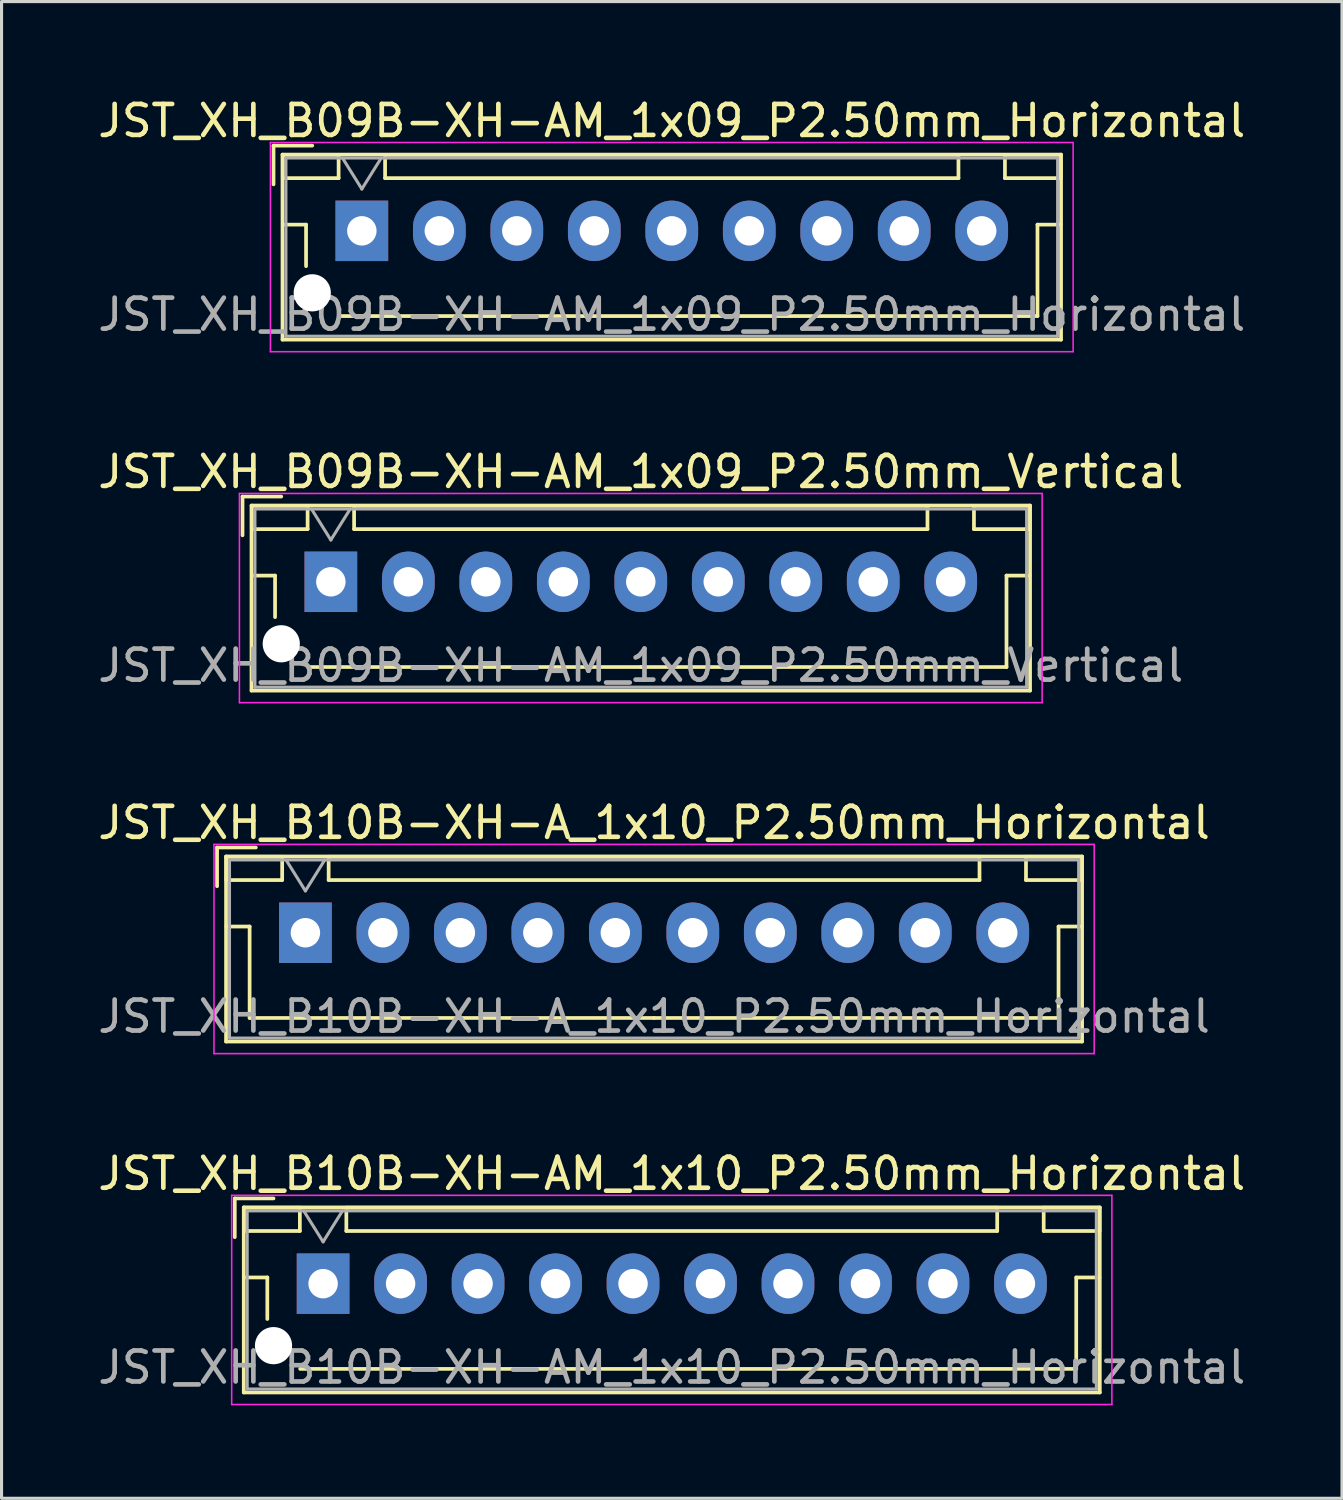
<source format=kicad_pcb>
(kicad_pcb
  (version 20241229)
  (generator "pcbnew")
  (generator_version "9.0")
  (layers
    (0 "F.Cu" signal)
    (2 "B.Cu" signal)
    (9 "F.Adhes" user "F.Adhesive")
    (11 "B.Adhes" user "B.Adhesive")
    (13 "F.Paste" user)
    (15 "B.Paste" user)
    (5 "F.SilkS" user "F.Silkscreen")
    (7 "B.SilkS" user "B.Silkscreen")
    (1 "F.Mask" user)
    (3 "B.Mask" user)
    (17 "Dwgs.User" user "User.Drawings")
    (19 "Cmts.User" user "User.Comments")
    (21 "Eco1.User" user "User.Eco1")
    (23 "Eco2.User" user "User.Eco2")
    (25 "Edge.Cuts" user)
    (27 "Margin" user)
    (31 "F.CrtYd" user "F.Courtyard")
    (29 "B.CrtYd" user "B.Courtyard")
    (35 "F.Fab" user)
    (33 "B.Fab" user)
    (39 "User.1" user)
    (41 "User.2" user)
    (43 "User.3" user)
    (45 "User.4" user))
  (footprint "JST_XH_B09B-XH-AM_1x09_P2.50mm_Vertical"
    (layer "F.Cu")
    (at 7.625 15.722)
    (property "Reference" "JST_XH_B09B-XH-AM_1x09_P2.50mm_Vertical" (at 10 -3.55 0) (layer "F.SilkS") (effects (font (size 1 1) (thickness 0.15))))
    (attr through_hole)
    (fp_line (start -2.85 -2.75) (end -2.85 -1.5) (stroke (width 0.12) (type solid)) (layer "F.SilkS"))
    (fp_line (start -2.56 -2.46) (end -2.56 3.51) (stroke (width 0.12) (type solid)) (layer "F.SilkS"))
    (fp_line (start -2.56 3.51) (end 22.56 3.51) (stroke (width 0.12) (type solid)) (layer "F.SilkS"))
    (fp_line (start -2.55 -2.45) (end -2.55 -1.7) (stroke (width 0.12) (type solid)) (layer "F.SilkS"))
    (fp_line (start -2.55 -1.7) (end -0.75 -1.7) (stroke (width 0.12) (type solid)) (layer "F.SilkS"))
    (fp_line (start -2.55 -0.2) (end -1.8 -0.2) (stroke (width 0.12) (type solid)) (layer "F.SilkS"))
    (fp_line (start -1.8 -0.2) (end -1.8 1.14) (stroke (width 0.12) (type solid)) (layer "F.SilkS"))
    (fp_line (start -1.6 -2.75) (end -2.85 -2.75) (stroke (width 0.12) (type solid)) (layer "F.SilkS"))
    (fp_line (start -0.75 -2.45) (end -2.55 -2.45) (stroke (width 0.12) (type solid)) (layer "F.SilkS"))
    (fp_line (start -0.75 -1.7) (end -0.75 -2.45) (stroke (width 0.12) (type solid)) (layer "F.SilkS"))
    (fp_line (start 0.75 -2.45) (end 0.75 -1.7) (stroke (width 0.12) (type solid)) (layer "F.SilkS"))
    (fp_line (start 0.75 -1.7) (end 19.25 -1.7) (stroke (width 0.12) (type solid)) (layer "F.SilkS"))
    (fp_line (start 10 2.75) (end -0.74 2.75) (stroke (width 0.12) (type solid)) (layer "F.SilkS"))
    (fp_line (start 19.25 -2.45) (end 0.75 -2.45) (stroke (width 0.12) (type solid)) (layer "F.SilkS"))
    (fp_line (start 19.25 -1.7) (end 19.25 -2.45) (stroke (width 0.12) (type solid)) (layer "F.SilkS"))
    (fp_line (start 20.75 -2.45) (end 20.75 -1.7) (stroke (width 0.12) (type solid)) (layer "F.SilkS"))
    (fp_line (start 20.75 -1.7) (end 22.55 -1.7) (stroke (width 0.12) (type solid)) (layer "F.SilkS"))
    (fp_line (start 21.8 -0.2) (end 21.8 2.75) (stroke (width 0.12) (type solid)) (layer "F.SilkS"))
    (fp_line (start 21.8 2.75) (end 10 2.75) (stroke (width 0.12) (type solid)) (layer "F.SilkS"))
    (fp_line (start 22.55 -2.45) (end 20.75 -2.45) (stroke (width 0.12) (type solid)) (layer "F.SilkS"))
    (fp_line (start 22.55 -1.7) (end 22.55 -2.45) (stroke (width 0.12) (type solid)) (layer "F.SilkS"))
    (fp_line (start 22.55 -0.2) (end 21.8 -0.2) (stroke (width 0.12) (type solid)) (layer "F.SilkS"))
    (fp_line (start 22.56 -2.46) (end -2.56 -2.46) (stroke (width 0.12) (type solid)) (layer "F.SilkS"))
    (fp_line (start 22.56 3.51) (end 22.56 -2.46) (stroke (width 0.12) (type solid)) (layer "F.SilkS"))
    (fp_line (start -2.95 -2.85) (end -2.95 3.9) (stroke (width 0.05) (type solid)) (layer "F.CrtYd"))
    (fp_line (start -2.95 3.9) (end 22.95 3.9) (stroke (width 0.05) (type solid)) (layer "F.CrtYd"))
    (fp_line (start 22.95 -2.85) (end -2.95 -2.85) (stroke (width 0.05) (type solid)) (layer "F.CrtYd"))
    (fp_line (start 22.95 3.9) (end 22.95 -2.85) (stroke (width 0.05) (type solid)) (layer "F.CrtYd"))
    (fp_line (start -2.45 -2.35) (end -2.45 3.4) (stroke (width 0.1) (type solid)) (layer "F.Fab"))
    (fp_line (start -2.45 3.4) (end 22.45 3.4) (stroke (width 0.1) (type solid)) (layer "F.Fab"))
    (fp_line (start -0.625 -2.35) (end 0 -1.35) (stroke (width 0.1) (type solid)) (layer "F.Fab"))
    (fp_line (start 0 -1.35) (end 0.625 -2.35) (stroke (width 0.1) (type solid)) (layer "F.Fab"))
    (fp_line (start 22.45 -2.35) (end -2.45 -2.35) (stroke (width 0.1) (type solid)) (layer "F.Fab"))
    (fp_line (start 22.45 3.4) (end 22.45 -2.35) (stroke (width 0.1) (type solid)) (layer "F.Fab"))
    (fp_text user "${REFERENCE}" (at 10 2.7 0) (layer "F.Fab") (effects (font (size 1 1) (thickness 0.15))))
    (pad "" np_thru_hole circle (at -1.6 2) (size 1.2 1.2) (drill 1.2) (layers "*.Cu" "*.Mask"))
    (pad "1" thru_hole rect (at 0 0) (size 1.7 1.95) (drill 0.95) (layers "*.Cu" "*.Mask"))
    (pad "2" thru_hole oval (at 2.5 0) (size 1.7 1.95) (drill 0.95) (layers "*.Cu" "*.Mask"))
    (pad "3" thru_hole oval (at 5 0) (size 1.7 1.95) (drill 0.95) (layers "*.Cu" "*.Mask"))
    (pad "4" thru_hole oval (at 7.5 0) (size 1.7 1.95) (drill 0.95) (layers "*.Cu" "*.Mask"))
    (pad "5" thru_hole oval (at 10 0) (size 1.7 1.95) (drill 0.95) (layers "*.Cu" "*.Mask"))
    (pad "6" thru_hole oval (at 12.5 0) (size 1.7 1.95) (drill 0.95) (layers "*.Cu" "*.Mask"))
    (pad "7" thru_hole oval (at 15 0) (size 1.7 1.95) (drill 0.95) (layers "*.Cu" "*.Mask"))
    (pad "8" thru_hole oval (at 17.5 0) (size 1.7 1.95) (drill 0.95) (layers "*.Cu" "*.Mask"))
    (pad "9" thru_hole oval (at 20 0) (size 1.7 1.95) (drill 0.95) (layers "*.Cu" "*.Mask")))
  (footprint "JST_XH_B10B-XH-AM_1x10_P2.50mm_Horizontal"
    (layer "F.Cu")
    (at 7.375 38.368)
    (property "Reference" "JST_XH_B10B-XH-AM_1x10_P2.50mm_Horizontal" (at 11.25 -3.55 0) (layer "F.SilkS") (effects (font (size 1 1) (thickness 0.15))))
    (attr through_hole)
    (fp_line (start -2.85 -2.75) (end -2.85 -1.5) (stroke (width 0.12) (type solid)) (layer "F.SilkS"))
    (fp_line (start -2.56 -2.46) (end -2.56 3.51) (stroke (width 0.12) (type solid)) (layer "F.SilkS"))
    (fp_line (start -2.56 3.51) (end 25.06 3.51) (stroke (width 0.12) (type solid)) (layer "F.SilkS"))
    (fp_line (start -2.55 -2.45) (end -2.55 -1.7) (stroke (width 0.12) (type solid)) (layer "F.SilkS"))
    (fp_line (start -2.55 -1.7) (end -0.75 -1.7) (stroke (width 0.12) (type solid)) (layer "F.SilkS"))
    (fp_line (start -2.55 -0.2) (end -1.8 -0.2) (stroke (width 0.12) (type solid)) (layer "F.SilkS"))
    (fp_line (start -1.8 -0.2) (end -1.8 1.14) (stroke (width 0.12) (type solid)) (layer "F.SilkS"))
    (fp_line (start -1.6 -2.75) (end -2.85 -2.75) (stroke (width 0.12) (type solid)) (layer "F.SilkS"))
    (fp_line (start -0.75 -2.45) (end -2.55 -2.45) (stroke (width 0.12) (type solid)) (layer "F.SilkS"))
    (fp_line (start -0.75 -1.7) (end -0.75 -2.45) (stroke (width 0.12) (type solid)) (layer "F.SilkS"))
    (fp_line (start 0.75 -2.45) (end 0.75 -1.7) (stroke (width 0.12) (type solid)) (layer "F.SilkS"))
    (fp_line (start 0.75 -1.7) (end 21.75 -1.7) (stroke (width 0.12) (type solid)) (layer "F.SilkS"))
    (fp_line (start 11.25 2.75) (end -0.74 2.75) (stroke (width 0.12) (type solid)) (layer "F.SilkS"))
    (fp_line (start 21.75 -2.45) (end 0.75 -2.45) (stroke (width 0.12) (type solid)) (layer "F.SilkS"))
    (fp_line (start 21.75 -1.7) (end 21.75 -2.45) (stroke (width 0.12) (type solid)) (layer "F.SilkS"))
    (fp_line (start 23.25 -2.45) (end 23.25 -1.7) (stroke (width 0.12) (type solid)) (layer "F.SilkS"))
    (fp_line (start 23.25 -1.7) (end 25.05 -1.7) (stroke (width 0.12) (type solid)) (layer "F.SilkS"))
    (fp_line (start 24.3 -0.2) (end 24.3 2.75) (stroke (width 0.12) (type solid)) (layer "F.SilkS"))
    (fp_line (start 24.3 2.75) (end 11.25 2.75) (stroke (width 0.12) (type solid)) (layer "F.SilkS"))
    (fp_line (start 25.05 -2.45) (end 23.25 -2.45) (stroke (width 0.12) (type solid)) (layer "F.SilkS"))
    (fp_line (start 25.05 -1.7) (end 25.05 -2.45) (stroke (width 0.12) (type solid)) (layer "F.SilkS"))
    (fp_line (start 25.05 -0.2) (end 24.3 -0.2) (stroke (width 0.12) (type solid)) (layer "F.SilkS"))
    (fp_line (start 25.06 -2.46) (end -2.56 -2.46) (stroke (width 0.12) (type solid)) (layer "F.SilkS"))
    (fp_line (start 25.06 3.51) (end 25.06 -2.46) (stroke (width 0.12) (type solid)) (layer "F.SilkS"))
    (fp_line (start -2.95 -2.85) (end -2.95 3.9) (stroke (width 0.05) (type solid)) (layer "F.CrtYd"))
    (fp_line (start -2.95 3.9) (end 25.45 3.9) (stroke (width 0.05) (type solid)) (layer "F.CrtYd"))
    (fp_line (start 25.45 -2.85) (end -2.95 -2.85) (stroke (width 0.05) (type solid)) (layer "F.CrtYd"))
    (fp_line (start 25.45 3.9) (end 25.45 -2.85) (stroke (width 0.05) (type solid)) (layer "F.CrtYd"))
    (fp_line (start -2.45 -2.35) (end -2.45 3.4) (stroke (width 0.1) (type solid)) (layer "F.Fab"))
    (fp_line (start -2.45 3.4) (end 24.95 3.4) (stroke (width 0.1) (type solid)) (layer "F.Fab"))
    (fp_line (start -0.625 -2.35) (end 0 -1.35) (stroke (width 0.1) (type solid)) (layer "F.Fab"))
    (fp_line (start 0 -1.35) (end 0.625 -2.35) (stroke (width 0.1) (type solid)) (layer "F.Fab"))
    (fp_line (start 24.95 -2.35) (end -2.45 -2.35) (stroke (width 0.1) (type solid)) (layer "F.Fab"))
    (fp_line (start 24.95 3.4) (end 24.95 -2.35) (stroke (width 0.1) (type solid)) (layer "F.Fab"))
    (fp_text user "${REFERENCE}" (at 11.25 2.7 0) (layer "F.Fab") (effects (font (size 1 1) (thickness 0.15))))
    (pad "" np_thru_hole circle (at -1.6 2) (size 1.2 1.2) (drill 1.2) (layers "*.Cu" "*.Mask"))
    (pad "1" thru_hole rect (at 0 0) (size 1.7 1.95) (drill 0.95) (layers "*.Cu" "*.Mask"))
    (pad "2" thru_hole oval (at 2.5 0) (size 1.7 1.95) (drill 0.95) (layers "*.Cu" "*.Mask"))
    (pad "3" thru_hole oval (at 5 0) (size 1.7 1.95) (drill 0.95) (layers "*.Cu" "*.Mask"))
    (pad "4" thru_hole oval (at 7.5 0) (size 1.7 1.95) (drill 0.95) (layers "*.Cu" "*.Mask"))
    (pad "5" thru_hole oval (at 10 0) (size 1.7 1.95) (drill 0.95) (layers "*.Cu" "*.Mask"))
    (pad "6" thru_hole oval (at 12.5 0) (size 1.7 1.95) (drill 0.95) (layers "*.Cu" "*.Mask"))
    (pad "7" thru_hole oval (at 15 0) (size 1.7 1.95) (drill 0.95) (layers "*.Cu" "*.Mask"))
    (pad "8" thru_hole oval (at 17.5 0) (size 1.7 1.95) (drill 0.95) (layers "*.Cu" "*.Mask"))
    (pad "9" thru_hole oval (at 20 0) (size 1.7 1.95) (drill 0.95) (layers "*.Cu" "*.Mask"))
    (pad "10" thru_hole oval (at 22.5 0) (size 1.7 1.95) (drill 0.95) (layers "*.Cu" "*.Mask")))
  (footprint "JST_XH_B10B-XH-A_1x10_P2.50mm_Horizontal"
    (layer "F.Cu")
    (at 6.804 27.045)
    (property "Reference" "JST_XH_B10B-XH-A_1x10_P2.50mm_Horizontal" (at 11.25 -3.55 0) (layer "F.SilkS") (effects (font (size 1 1) (thickness 0.15))))
    (attr through_hole)
    (fp_line (start -2.85 -2.75) (end -2.85 -1.5) (stroke (width 0.12) (type solid)) (layer "F.SilkS"))
    (fp_line (start -2.56 -2.46) (end -2.56 3.51) (stroke (width 0.12) (type solid)) (layer "F.SilkS"))
    (fp_line (start -2.56 3.51) (end 25.06 3.51) (stroke (width 0.12) (type solid)) (layer "F.SilkS"))
    (fp_line (start -2.55 -2.45) (end -2.55 -1.7) (stroke (width 0.12) (type solid)) (layer "F.SilkS"))
    (fp_line (start -2.55 -1.7) (end -0.75 -1.7) (stroke (width 0.12) (type solid)) (layer "F.SilkS"))
    (fp_line (start -2.55 -0.2) (end -1.8 -0.2) (stroke (width 0.12) (type solid)) (layer "F.SilkS"))
    (fp_line (start -1.8 -0.2) (end -1.8 2.75) (stroke (width 0.12) (type solid)) (layer "F.SilkS"))
    (fp_line (start -1.8 2.75) (end 11.25 2.75) (stroke (width 0.12) (type solid)) (layer "F.SilkS"))
    (fp_line (start -1.6 -2.75) (end -2.85 -2.75) (stroke (width 0.12) (type solid)) (layer "F.SilkS"))
    (fp_line (start -0.75 -2.45) (end -2.55 -2.45) (stroke (width 0.12) (type solid)) (layer "F.SilkS"))
    (fp_line (start -0.75 -1.7) (end -0.75 -2.45) (stroke (width 0.12) (type solid)) (layer "F.SilkS"))
    (fp_line (start 0.75 -2.45) (end 0.75 -1.7) (stroke (width 0.12) (type solid)) (layer "F.SilkS"))
    (fp_line (start 0.75 -1.7) (end 21.75 -1.7) (stroke (width 0.12) (type solid)) (layer "F.SilkS"))
    (fp_line (start 21.75 -2.45) (end 0.75 -2.45) (stroke (width 0.12) (type solid)) (layer "F.SilkS"))
    (fp_line (start 21.75 -1.7) (end 21.75 -2.45) (stroke (width 0.12) (type solid)) (layer "F.SilkS"))
    (fp_line (start 23.25 -2.45) (end 23.25 -1.7) (stroke (width 0.12) (type solid)) (layer "F.SilkS"))
    (fp_line (start 23.25 -1.7) (end 25.05 -1.7) (stroke (width 0.12) (type solid)) (layer "F.SilkS"))
    (fp_line (start 24.3 -0.2) (end 24.3 2.75) (stroke (width 0.12) (type solid)) (layer "F.SilkS"))
    (fp_line (start 24.3 2.75) (end 11.25 2.75) (stroke (width 0.12) (type solid)) (layer "F.SilkS"))
    (fp_line (start 25.05 -2.45) (end 23.25 -2.45) (stroke (width 0.12) (type solid)) (layer "F.SilkS"))
    (fp_line (start 25.05 -1.7) (end 25.05 -2.45) (stroke (width 0.12) (type solid)) (layer "F.SilkS"))
    (fp_line (start 25.05 -0.2) (end 24.3 -0.2) (stroke (width 0.12) (type solid)) (layer "F.SilkS"))
    (fp_line (start 25.06 -2.46) (end -2.56 -2.46) (stroke (width 0.12) (type solid)) (layer "F.SilkS"))
    (fp_line (start 25.06 3.51) (end 25.06 -2.46) (stroke (width 0.12) (type solid)) (layer "F.SilkS"))
    (fp_line (start -2.95 -2.85) (end -2.95 3.9) (stroke (width 0.05) (type solid)) (layer "F.CrtYd"))
    (fp_line (start -2.95 3.9) (end 25.45 3.9) (stroke (width 0.05) (type solid)) (layer "F.CrtYd"))
    (fp_line (start 25.45 -2.85) (end -2.95 -2.85) (stroke (width 0.05) (type solid)) (layer "F.CrtYd"))
    (fp_line (start 25.45 3.9) (end 25.45 -2.85) (stroke (width 0.05) (type solid)) (layer "F.CrtYd"))
    (fp_line (start -2.45 -2.35) (end -2.45 3.4) (stroke (width 0.1) (type solid)) (layer "F.Fab"))
    (fp_line (start -2.45 3.4) (end 24.95 3.4) (stroke (width 0.1) (type solid)) (layer "F.Fab"))
    (fp_line (start -0.625 -2.35) (end 0 -1.35) (stroke (width 0.1) (type solid)) (layer "F.Fab"))
    (fp_line (start 0 -1.35) (end 0.625 -2.35) (stroke (width 0.1) (type solid)) (layer "F.Fab"))
    (fp_line (start 24.95 -2.35) (end -2.45 -2.35) (stroke (width 0.1) (type solid)) (layer "F.Fab"))
    (fp_line (start 24.95 3.4) (end 24.95 -2.35) (stroke (width 0.1) (type solid)) (layer "F.Fab"))
    (fp_text user "${REFERENCE}" (at 11.25 2.7 0) (layer "F.Fab") (effects (font (size 1 1) (thickness 0.15))))
    (pad "1" thru_hole rect (at 0 0) (size 1.7 1.95) (drill 0.95) (layers "*.Cu" "*.Mask"))
    (pad "2" thru_hole oval (at 2.5 0) (size 1.7 1.95) (drill 0.95) (layers "*.Cu" "*.Mask"))
    (pad "3" thru_hole oval (at 5 0) (size 1.7 1.95) (drill 0.95) (layers "*.Cu" "*.Mask"))
    (pad "4" thru_hole oval (at 7.5 0) (size 1.7 1.95) (drill 0.95) (layers "*.Cu" "*.Mask"))
    (pad "5" thru_hole oval (at 10 0) (size 1.7 1.95) (drill 0.95) (layers "*.Cu" "*.Mask"))
    (pad "6" thru_hole oval (at 12.5 0) (size 1.7 1.95) (drill 0.95) (layers "*.Cu" "*.Mask"))
    (pad "7" thru_hole oval (at 15 0) (size 1.7 1.95) (drill 0.95) (layers "*.Cu" "*.Mask"))
    (pad "8" thru_hole oval (at 17.5 0) (size 1.7 1.95) (drill 0.95) (layers "*.Cu" "*.Mask"))
    (pad "9" thru_hole oval (at 20 0) (size 1.7 1.95) (drill 0.95) (layers "*.Cu" "*.Mask"))
    (pad "10" thru_hole oval (at 22.5 0) (size 1.7 1.95) (drill 0.95) (layers "*.Cu" "*.Mask")))
  (footprint "JST_XH_B09B-XH-AM_1x09_P2.50mm_Horizontal"
    (layer "F.Cu")
    (at 8.625 4.398)
    (property "Reference" "JST_XH_B09B-XH-AM_1x09_P2.50mm_Horizontal" (at 10 -3.55 0) (layer "F.SilkS") (effects (font (size 1 1) (thickness 0.15))))
    (attr through_hole)
    (fp_line (start -2.85 -2.75) (end -2.85 -1.5) (stroke (width 0.12) (type solid)) (layer "F.SilkS"))
    (fp_line (start -2.56 -2.46) (end -2.56 3.51) (stroke (width 0.12) (type solid)) (layer "F.SilkS"))
    (fp_line (start -2.56 3.51) (end 22.56 3.51) (stroke (width 0.12) (type solid)) (layer "F.SilkS"))
    (fp_line (start -2.55 -2.45) (end -2.55 -1.7) (stroke (width 0.12) (type solid)) (layer "F.SilkS"))
    (fp_line (start -2.55 -1.7) (end -0.75 -1.7) (stroke (width 0.12) (type solid)) (layer "F.SilkS"))
    (fp_line (start -2.55 -0.2) (end -1.8 -0.2) (stroke (width 0.12) (type solid)) (layer "F.SilkS"))
    (fp_line (start -1.8 -0.2) (end -1.8 1.14) (stroke (width 0.12) (type solid)) (layer "F.SilkS"))
    (fp_line (start -1.6 -2.75) (end -2.85 -2.75) (stroke (width 0.12) (type solid)) (layer "F.SilkS"))
    (fp_line (start -0.75 -2.45) (end -2.55 -2.45) (stroke (width 0.12) (type solid)) (layer "F.SilkS"))
    (fp_line (start -0.75 -1.7) (end -0.75 -2.45) (stroke (width 0.12) (type solid)) (layer "F.SilkS"))
    (fp_line (start 0.75 -2.45) (end 0.75 -1.7) (stroke (width 0.12) (type solid)) (layer "F.SilkS"))
    (fp_line (start 0.75 -1.7) (end 19.25 -1.7) (stroke (width 0.12) (type solid)) (layer "F.SilkS"))
    (fp_line (start 10 2.75) (end -0.74 2.75) (stroke (width 0.12) (type solid)) (layer "F.SilkS"))
    (fp_line (start 19.25 -2.45) (end 0.75 -2.45) (stroke (width 0.12) (type solid)) (layer "F.SilkS"))
    (fp_line (start 19.25 -1.7) (end 19.25 -2.45) (stroke (width 0.12) (type solid)) (layer "F.SilkS"))
    (fp_line (start 20.75 -2.45) (end 20.75 -1.7) (stroke (width 0.12) (type solid)) (layer "F.SilkS"))
    (fp_line (start 20.75 -1.7) (end 22.55 -1.7) (stroke (width 0.12) (type solid)) (layer "F.SilkS"))
    (fp_line (start 21.8 -0.2) (end 21.8 2.75) (stroke (width 0.12) (type solid)) (layer "F.SilkS"))
    (fp_line (start 21.8 2.75) (end 10 2.75) (stroke (width 0.12) (type solid)) (layer "F.SilkS"))
    (fp_line (start 22.55 -2.45) (end 20.75 -2.45) (stroke (width 0.12) (type solid)) (layer "F.SilkS"))
    (fp_line (start 22.55 -1.7) (end 22.55 -2.45) (stroke (width 0.12) (type solid)) (layer "F.SilkS"))
    (fp_line (start 22.55 -0.2) (end 21.8 -0.2) (stroke (width 0.12) (type solid)) (layer "F.SilkS"))
    (fp_line (start 22.56 -2.46) (end -2.56 -2.46) (stroke (width 0.12) (type solid)) (layer "F.SilkS"))
    (fp_line (start 22.56 3.51) (end 22.56 -2.46) (stroke (width 0.12) (type solid)) (layer "F.SilkS"))
    (fp_line (start -2.95 -2.85) (end -2.95 3.9) (stroke (width 0.05) (type solid)) (layer "F.CrtYd"))
    (fp_line (start -2.95 3.9) (end 22.95 3.9) (stroke (width 0.05) (type solid)) (layer "F.CrtYd"))
    (fp_line (start 22.95 -2.85) (end -2.95 -2.85) (stroke (width 0.05) (type solid)) (layer "F.CrtYd"))
    (fp_line (start 22.95 3.9) (end 22.95 -2.85) (stroke (width 0.05) (type solid)) (layer "F.CrtYd"))
    (fp_line (start -2.45 -2.35) (end -2.45 3.4) (stroke (width 0.1) (type solid)) (layer "F.Fab"))
    (fp_line (start -2.45 3.4) (end 22.45 3.4) (stroke (width 0.1) (type solid)) (layer "F.Fab"))
    (fp_line (start -0.625 -2.35) (end 0 -1.35) (stroke (width 0.1) (type solid)) (layer "F.Fab"))
    (fp_line (start 0 -1.35) (end 0.625 -2.35) (stroke (width 0.1) (type solid)) (layer "F.Fab"))
    (fp_line (start 22.45 -2.35) (end -2.45 -2.35) (stroke (width 0.1) (type solid)) (layer "F.Fab"))
    (fp_line (start 22.45 3.4) (end 22.45 -2.35) (stroke (width 0.1) (type solid)) (layer "F.Fab"))
    (fp_text user "${REFERENCE}" (at 10 2.7 0) (layer "F.Fab") (effects (font (size 1 1) (thickness 0.15))))
    (pad "" np_thru_hole circle (at -1.6 2) (size 1.2 1.2) (drill 1.2) (layers "*.Cu" "*.Mask"))
    (pad "1" thru_hole rect (at 0 0) (size 1.7 1.95) (drill 0.95) (layers "*.Cu" "*.Mask"))
    (pad "2" thru_hole oval (at 2.5 0) (size 1.7 1.95) (drill 0.95) (layers "*.Cu" "*.Mask"))
    (pad "3" thru_hole oval (at 5 0) (size 1.7 1.95) (drill 0.95) (layers "*.Cu" "*.Mask"))
    (pad "4" thru_hole oval (at 7.5 0) (size 1.7 1.95) (drill 0.95) (layers "*.Cu" "*.Mask"))
    (pad "5" thru_hole oval (at 10 0) (size 1.7 1.95) (drill 0.95) (layers "*.Cu" "*.Mask"))
    (pad "6" thru_hole oval (at 12.5 0) (size 1.7 1.95) (drill 0.95) (layers "*.Cu" "*.Mask"))
    (pad "7" thru_hole oval (at 15 0) (size 1.7 1.95) (drill 0.95) (layers "*.Cu" "*.Mask"))
    (pad "8" thru_hole oval (at 17.5 0) (size 1.7 1.95) (drill 0.95) (layers "*.Cu" "*.Mask"))
    (pad "9" thru_hole oval (at 20 0) (size 1.7 1.95) (drill 0.95) (layers "*.Cu" "*.Mask")))
  (gr_rect
    (start -3 -3)
    (end 40.25 45.293)
    (stroke (width 0.1) (type default))
    (fill no)
    (layer "Edge.Cuts")))
</source>
